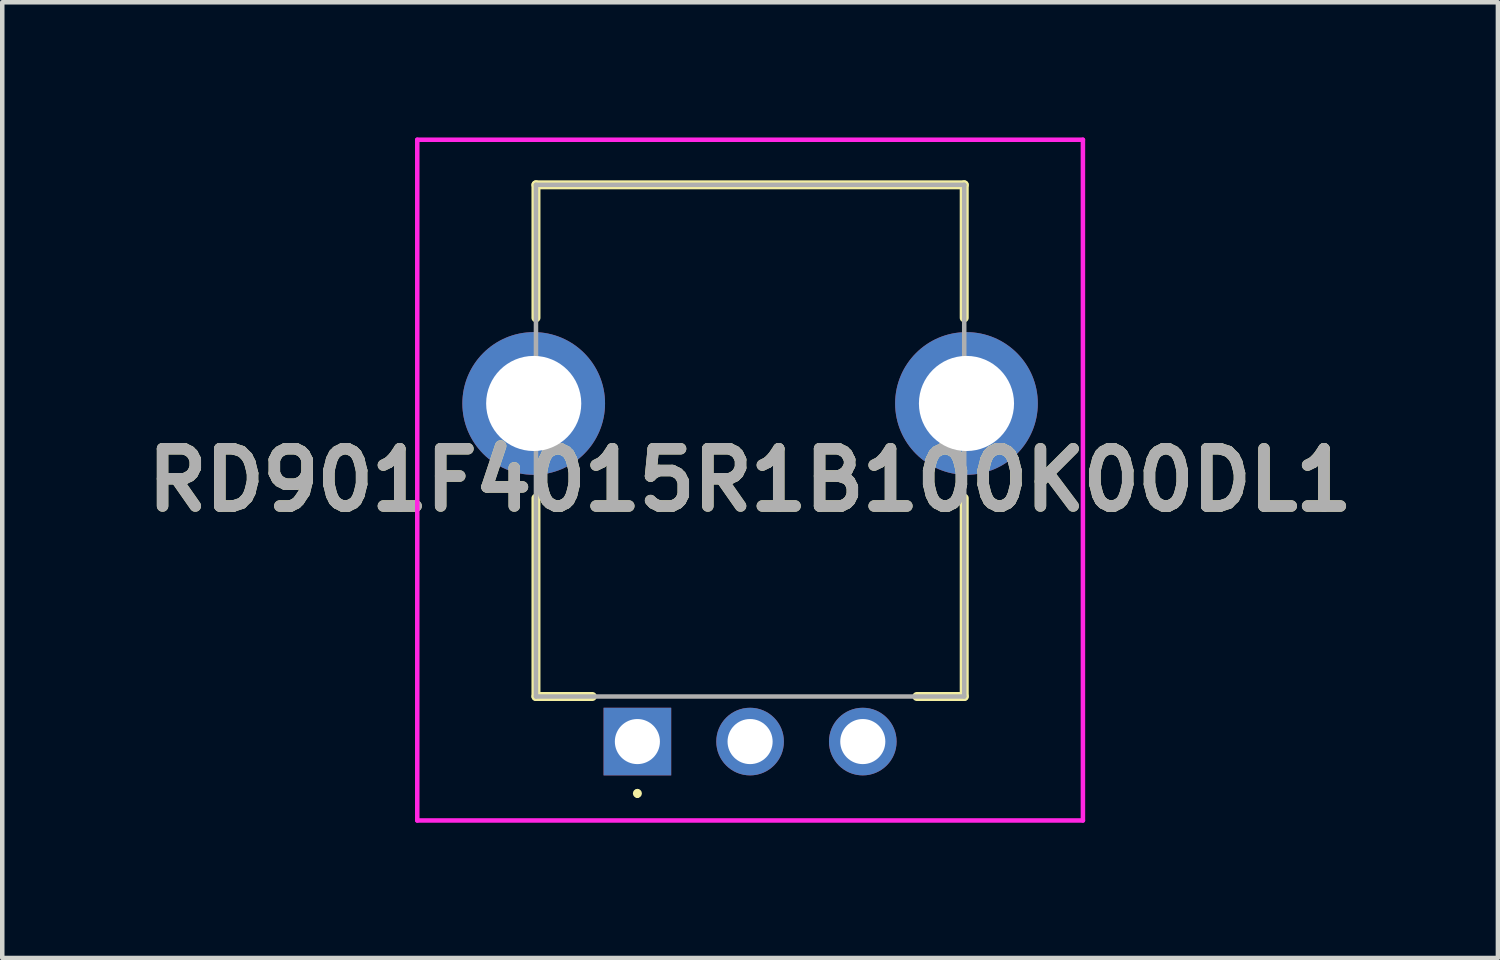
<source format=kicad_pcb>
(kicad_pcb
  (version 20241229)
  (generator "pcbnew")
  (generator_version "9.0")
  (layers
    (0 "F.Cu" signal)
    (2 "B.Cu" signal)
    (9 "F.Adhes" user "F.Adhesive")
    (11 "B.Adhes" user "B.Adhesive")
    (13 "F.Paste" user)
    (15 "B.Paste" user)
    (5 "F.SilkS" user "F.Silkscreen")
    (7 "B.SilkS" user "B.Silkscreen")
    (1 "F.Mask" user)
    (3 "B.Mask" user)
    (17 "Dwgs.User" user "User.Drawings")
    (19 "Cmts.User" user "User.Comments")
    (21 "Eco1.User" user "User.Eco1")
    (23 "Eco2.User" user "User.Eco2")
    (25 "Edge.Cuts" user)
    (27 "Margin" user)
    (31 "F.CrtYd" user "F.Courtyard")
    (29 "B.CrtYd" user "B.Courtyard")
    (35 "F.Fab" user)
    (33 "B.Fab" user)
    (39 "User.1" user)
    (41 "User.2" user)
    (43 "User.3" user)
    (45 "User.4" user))
  (footprint "RD901F4015R1B100K00DL1"
    (layer "F.Cu")
    (at 11.089 13.4)
    (property "Reference" "RD901F4015R1B100K00DL1" (at 2.5 -5.8 0) (layer "F.SilkS") (effects (font (size 1.27 1.27) (thickness 0.254))))
    (attr through_hole)
    (fp_line (start -2.25 -12.35) (end 7.25 -12.35) (stroke (width 0.2) (type solid)) (layer "F.SilkS"))
    (fp_line (start -2.25 -9.4) (end -2.25 -12.35) (stroke (width 0.2) (type solid)) (layer "F.SilkS"))
    (fp_line (start -2.25 -5.4) (end -2.25 -1) (stroke (width 0.2) (type solid)) (layer "F.SilkS"))
    (fp_line (start -2.25 -1) (end -1 -1) (stroke (width 0.2) (type solid)) (layer "F.SilkS"))
    (fp_line (start 0 1.1) (end 0 1.1) (stroke (width 0.1) (type solid)) (layer "F.SilkS"))
    (fp_line (start 0 1.2) (end 0 1.2) (stroke (width 0.1) (type solid)) (layer "F.SilkS"))
    (fp_line (start 6.2 -1) (end 7.25 -1) (stroke (width 0.2) (type solid)) (layer "F.SilkS"))
    (fp_line (start 7.25 -12.35) (end 7.25 -9.4) (stroke (width 0.2) (type solid)) (layer "F.SilkS"))
    (fp_line (start 7.25 -1) (end 7.25 -5.4) (stroke (width 0.2) (type solid)) (layer "F.SilkS"))
    (fp_arc (start 0 1.1) (mid 0.05 1.15) (end 0 1.2) (stroke (width 0.1) (type solid)) (layer "F.SilkS"))
    (fp_arc (start 0 1.2) (mid -0.05 1.15) (end 0 1.1) (stroke (width 0.1) (type solid)) (layer "F.SilkS"))
    (fp_line (start -4.883 -13.35) (end 9.883 -13.35) (stroke (width 0.1) (type solid)) (layer "F.CrtYd"))
    (fp_line (start -4.883 1.75) (end -4.883 -13.35) (stroke (width 0.1) (type solid)) (layer "F.CrtYd"))
    (fp_line (start 9.883 -13.35) (end 9.883 1.75) (stroke (width 0.1) (type solid)) (layer "F.CrtYd"))
    (fp_line (start 9.883 1.75) (end -4.883 1.75) (stroke (width 0.1) (type solid)) (layer "F.CrtYd"))
    (fp_line (start -2.25 -12.35) (end 7.25 -12.35) (stroke (width 0.1) (type solid)) (layer "F.Fab"))
    (fp_line (start -2.25 -1) (end -2.25 -12.35) (stroke (width 0.1) (type solid)) (layer "F.Fab"))
    (fp_line (start 7.25 -12.35) (end 7.25 -1) (stroke (width 0.1) (type solid)) (layer "F.Fab"))
    (fp_line (start 7.25 -1) (end -2.25 -1) (stroke (width 0.1) (type solid)) (layer "F.Fab"))
    (fp_text user "${REFERENCE}" (at 2.5 -5.8 0) (layer "F.Fab") (effects (font (size 1.27 1.27) (thickness 0.254))))
    (pad "1" thru_hole rect (at 0 0) (size 1.5 1.5) (drill 1) (layers "*.Cu" "*.Mask"))
    (pad "2" thru_hole circle (at 2.5 0) (size 1.5 1.5) (drill 1) (layers "*.Cu" "*.Mask"))
    (pad "3" thru_hole circle (at 5 0) (size 1.5 1.5) (drill 1) (layers "*.Cu" "*.Mask"))
    (pad "4" thru_hole circle (at -2.3 -7.5) (size 3.165 3.165) (drill 2.11) (layers "*.Cu" "*.Mask"))
    (pad "5" thru_hole circle (at 7.3 -7.5) (size 3.165 3.165) (drill 2.11) (layers "*.Cu" "*.Mask")))
  (gr_rect
    (start -3 -3)
    (end 30.178 18.2)
    (stroke (width 0.1) (type default))
    (fill no)
    (layer "Edge.Cuts")))
</source>
